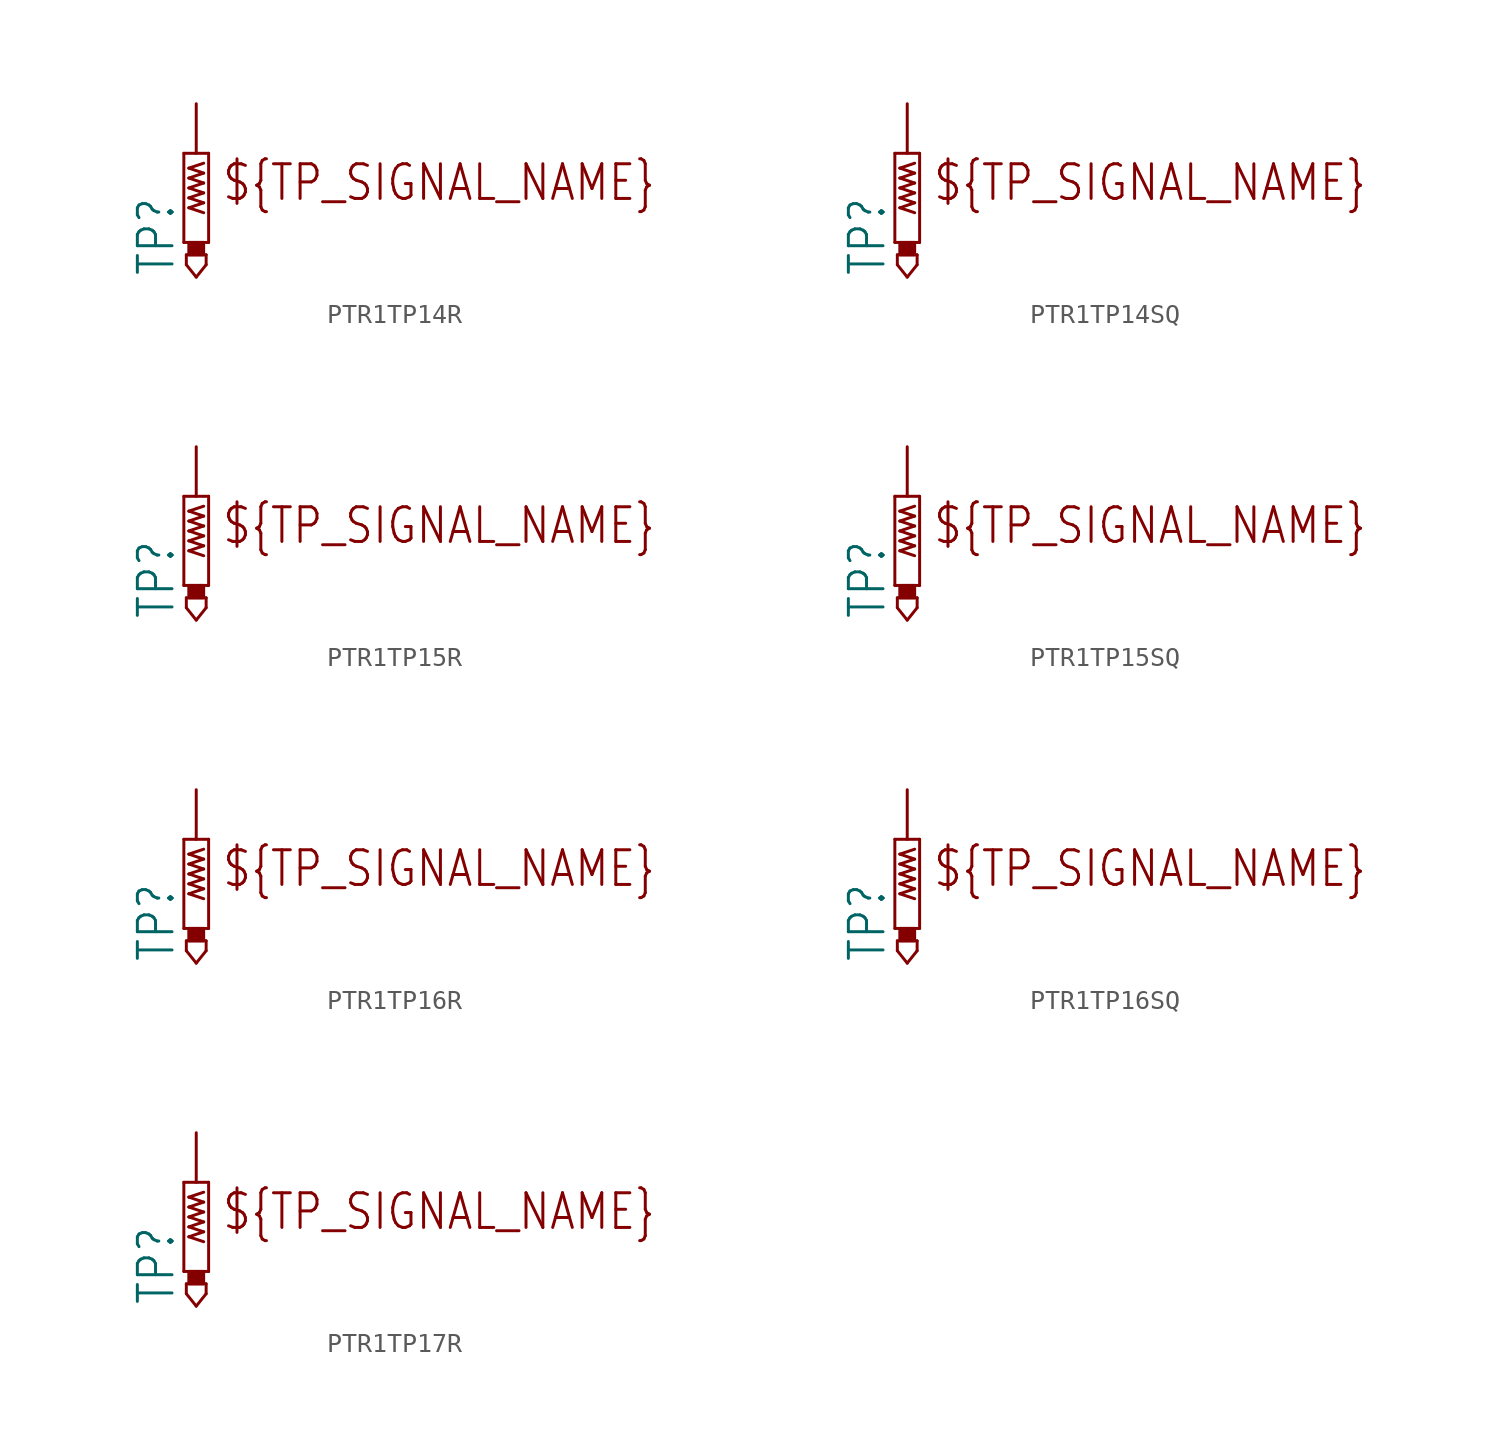
<source format=kicad_sym>
(kicad_symbol_lib
  (version 20241209)
  (generator "kicad_symbol_editor")
  (generator_version "9.0")
  (symbol "PTR1TP14R"
    (property "Reference" "TP"
      (at -1.016 -6.35 90)
      (effects (font (size 1.778 1.511)) (justify left bottom)))
    (property "ki_locked" ""
      (at 0 0 0)
      (effects (font (size 1.27 1.27))))
    (symbol "PTR1TP14R_1_0"
      (polyline (pts (xy -0.635 0) (xy -0.635 -4.572)) (stroke (width 0.152) (type solid)) (fill (type none)))
      (polyline (pts (xy -0.508 -5.207) (xy -0.508 -5.715)) (stroke (width 0.152) (type solid)) (fill (type none)))
      (polyline (pts (xy -0.508 -5.715) (xy 0 -6.35)) (stroke (width 0.152) (type solid)) (fill (type none)))
      (polyline (pts (xy -0.381 -0.762) (xy 0.381 -0.508)) (stroke (width 0.152) (type solid)) (fill (type none)))
      (polyline (pts (xy -0.381 -1.27) (xy 0.381 -1.016)) (stroke (width 0.152) (type solid)) (fill (type none)))
      (polyline (pts (xy -0.381 -1.778) (xy 0.381 -1.524)) (stroke (width 0.152) (type solid)) (fill (type none)))
      (polyline (pts (xy -0.381 -2.286) (xy 0.381 -2.032)) (stroke (width 0.152) (type solid)) (fill (type none)))
      (polyline (pts (xy -0.381 -2.794) (xy 0.381 -2.54)) (stroke (width 0.152) (type solid)) (fill (type none)))
      (rectangle (start -0.381 -5.207) (end 0.381 -4.572) (stroke (width 0) (type default)) (fill (type outline)))
      (polyline (pts (xy 0 -6.35) (xy 0.508 -5.715)) (stroke (width 0.152) (type solid)) (fill (type none)))
      (polyline (pts (xy 0.381 -1.016) (xy -0.381 -0.762)) (stroke (width 0.152) (type solid)) (fill (type none)))
      (polyline (pts (xy 0.381 -1.524) (xy -0.381 -1.27)) (stroke (width 0.152) (type solid)) (fill (type none)))
      (polyline (pts (xy 0.381 -2.032) (xy -0.381 -1.778)) (stroke (width 0.152) (type solid)) (fill (type none)))
      (polyline (pts (xy 0.381 -2.54) (xy -0.381 -2.286)) (stroke (width 0.152) (type solid)) (fill (type none)))
      (polyline (pts (xy 0.381 -3.048) (xy -0.381 -2.794)) (stroke (width 0.152) (type solid)) (fill (type none)))
      (polyline (pts (xy 0.508 -5.207) (xy -0.508 -5.207)) (stroke (width 0.152) (type solid)) (fill (type none)))
      (polyline (pts (xy 0.508 -5.715) (xy 0.508 -5.207)) (stroke (width 0.152) (type solid)) (fill (type none)))
      (polyline (pts (xy 0.635 0) (xy -0.635 0)) (stroke (width 0.152) (type solid)) (fill (type none)))
      (polyline (pts (xy 0.635 -4.572) (xy -0.635 -4.572)) (stroke (width 0.152) (type solid)) (fill (type none)))
      (polyline (pts (xy 0.635 -4.572) (xy 0.635 0)) (stroke (width 0.152) (type solid)) (fill (type none)))
      (text "${TP_SIGNAL_NAME}" (at 1.27 -2.54 0) (effects (font (size 1.778 1.511)) (justify left bottom)))
      (pin input line (at 0 2.54 270) (length 2.54) (name "TP" (effects (font (size 0 0)))) (number "TP" (effects (font (size 0 0)))))))
  (symbol "PTR1TP14SQ"
    (property "Reference" "TP"
      (at -1.016 -6.35 90)
      (effects (font (size 1.778 1.511)) (justify left bottom)))
    (property "ki_locked" ""
      (at 0 0 0)
      (effects (font (size 1.27 1.27))))
    (symbol "PTR1TP14SQ_1_0"
      (polyline (pts (xy -0.635 0) (xy -0.635 -4.572)) (stroke (width 0.152) (type solid)) (fill (type none)))
      (polyline (pts (xy -0.508 -5.207) (xy -0.508 -5.715)) (stroke (width 0.152) (type solid)) (fill (type none)))
      (polyline (pts (xy -0.508 -5.715) (xy 0 -6.35)) (stroke (width 0.152) (type solid)) (fill (type none)))
      (polyline (pts (xy -0.381 -0.762) (xy 0.381 -0.508)) (stroke (width 0.152) (type solid)) (fill (type none)))
      (polyline (pts (xy -0.381 -1.27) (xy 0.381 -1.016)) (stroke (width 0.152) (type solid)) (fill (type none)))
      (polyline (pts (xy -0.381 -1.778) (xy 0.381 -1.524)) (stroke (width 0.152) (type solid)) (fill (type none)))
      (polyline (pts (xy -0.381 -2.286) (xy 0.381 -2.032)) (stroke (width 0.152) (type solid)) (fill (type none)))
      (polyline (pts (xy -0.381 -2.794) (xy 0.381 -2.54)) (stroke (width 0.152) (type solid)) (fill (type none)))
      (rectangle (start -0.381 -5.207) (end 0.381 -4.572) (stroke (width 0) (type default)) (fill (type outline)))
      (polyline (pts (xy 0 -6.35) (xy 0.508 -5.715)) (stroke (width 0.152) (type solid)) (fill (type none)))
      (polyline (pts (xy 0.381 -1.016) (xy -0.381 -0.762)) (stroke (width 0.152) (type solid)) (fill (type none)))
      (polyline (pts (xy 0.381 -1.524) (xy -0.381 -1.27)) (stroke (width 0.152) (type solid)) (fill (type none)))
      (polyline (pts (xy 0.381 -2.032) (xy -0.381 -1.778)) (stroke (width 0.152) (type solid)) (fill (type none)))
      (polyline (pts (xy 0.381 -2.54) (xy -0.381 -2.286)) (stroke (width 0.152) (type solid)) (fill (type none)))
      (polyline (pts (xy 0.381 -3.048) (xy -0.381 -2.794)) (stroke (width 0.152) (type solid)) (fill (type none)))
      (polyline (pts (xy 0.508 -5.207) (xy -0.508 -5.207)) (stroke (width 0.152) (type solid)) (fill (type none)))
      (polyline (pts (xy 0.508 -5.715) (xy 0.508 -5.207)) (stroke (width 0.152) (type solid)) (fill (type none)))
      (polyline (pts (xy 0.635 0) (xy -0.635 0)) (stroke (width 0.152) (type solid)) (fill (type none)))
      (polyline (pts (xy 0.635 -4.572) (xy -0.635 -4.572)) (stroke (width 0.152) (type solid)) (fill (type none)))
      (polyline (pts (xy 0.635 -4.572) (xy 0.635 0)) (stroke (width 0.152) (type solid)) (fill (type none)))
      (text "${TP_SIGNAL_NAME}" (at 1.27 -2.54 0) (effects (font (size 1.778 1.511)) (justify left bottom)))
      (pin input line (at 0 2.54 270) (length 2.54) (name "TP" (effects (font (size 0 0)))) (number "TP" (effects (font (size 0 0)))))))
  (symbol "PTR1TP15R"
    (property "Reference" "TP"
      (at -1.016 -6.35 90)
      (effects (font (size 1.778 1.511)) (justify left bottom)))
    (property "ki_locked" ""
      (at 0 0 0)
      (effects (font (size 1.27 1.27))))
    (symbol "PTR1TP15R_1_0"
      (polyline (pts (xy -0.635 0) (xy -0.635 -4.572)) (stroke (width 0.152) (type solid)) (fill (type none)))
      (polyline (pts (xy -0.508 -5.207) (xy -0.508 -5.715)) (stroke (width 0.152) (type solid)) (fill (type none)))
      (polyline (pts (xy -0.508 -5.715) (xy 0 -6.35)) (stroke (width 0.152) (type solid)) (fill (type none)))
      (polyline (pts (xy -0.381 -0.762) (xy 0.381 -0.508)) (stroke (width 0.152) (type solid)) (fill (type none)))
      (polyline (pts (xy -0.381 -1.27) (xy 0.381 -1.016)) (stroke (width 0.152) (type solid)) (fill (type none)))
      (polyline (pts (xy -0.381 -1.778) (xy 0.381 -1.524)) (stroke (width 0.152) (type solid)) (fill (type none)))
      (polyline (pts (xy -0.381 -2.286) (xy 0.381 -2.032)) (stroke (width 0.152) (type solid)) (fill (type none)))
      (polyline (pts (xy -0.381 -2.794) (xy 0.381 -2.54)) (stroke (width 0.152) (type solid)) (fill (type none)))
      (rectangle (start -0.381 -5.207) (end 0.381 -4.572) (stroke (width 0) (type default)) (fill (type outline)))
      (polyline (pts (xy 0 -6.35) (xy 0.508 -5.715)) (stroke (width 0.152) (type solid)) (fill (type none)))
      (polyline (pts (xy 0.381 -1.016) (xy -0.381 -0.762)) (stroke (width 0.152) (type solid)) (fill (type none)))
      (polyline (pts (xy 0.381 -1.524) (xy -0.381 -1.27)) (stroke (width 0.152) (type solid)) (fill (type none)))
      (polyline (pts (xy 0.381 -2.032) (xy -0.381 -1.778)) (stroke (width 0.152) (type solid)) (fill (type none)))
      (polyline (pts (xy 0.381 -2.54) (xy -0.381 -2.286)) (stroke (width 0.152) (type solid)) (fill (type none)))
      (polyline (pts (xy 0.381 -3.048) (xy -0.381 -2.794)) (stroke (width 0.152) (type solid)) (fill (type none)))
      (polyline (pts (xy 0.508 -5.207) (xy -0.508 -5.207)) (stroke (width 0.152) (type solid)) (fill (type none)))
      (polyline (pts (xy 0.508 -5.715) (xy 0.508 -5.207)) (stroke (width 0.152) (type solid)) (fill (type none)))
      (polyline (pts (xy 0.635 0) (xy -0.635 0)) (stroke (width 0.152) (type solid)) (fill (type none)))
      (polyline (pts (xy 0.635 -4.572) (xy -0.635 -4.572)) (stroke (width 0.152) (type solid)) (fill (type none)))
      (polyline (pts (xy 0.635 -4.572) (xy 0.635 0)) (stroke (width 0.152) (type solid)) (fill (type none)))
      (text "${TP_SIGNAL_NAME}" (at 1.27 -2.54 0) (effects (font (size 1.778 1.511)) (justify left bottom)))
      (pin input line (at 0 2.54 270) (length 2.54) (name "TP" (effects (font (size 0 0)))) (number "TP" (effects (font (size 0 0)))))))
  (symbol "PTR1TP15SQ"
    (property "Reference" "TP"
      (at -1.016 -6.35 90)
      (effects (font (size 1.778 1.511)) (justify left bottom)))
    (property "ki_locked" ""
      (at 0 0 0)
      (effects (font (size 1.27 1.27))))
    (symbol "PTR1TP15SQ_1_0"
      (polyline (pts (xy -0.635 0) (xy -0.635 -4.572)) (stroke (width 0.152) (type solid)) (fill (type none)))
      (polyline (pts (xy -0.508 -5.207) (xy -0.508 -5.715)) (stroke (width 0.152) (type solid)) (fill (type none)))
      (polyline (pts (xy -0.508 -5.715) (xy 0 -6.35)) (stroke (width 0.152) (type solid)) (fill (type none)))
      (polyline (pts (xy -0.381 -0.762) (xy 0.381 -0.508)) (stroke (width 0.152) (type solid)) (fill (type none)))
      (polyline (pts (xy -0.381 -1.27) (xy 0.381 -1.016)) (stroke (width 0.152) (type solid)) (fill (type none)))
      (polyline (pts (xy -0.381 -1.778) (xy 0.381 -1.524)) (stroke (width 0.152) (type solid)) (fill (type none)))
      (polyline (pts (xy -0.381 -2.286) (xy 0.381 -2.032)) (stroke (width 0.152) (type solid)) (fill (type none)))
      (polyline (pts (xy -0.381 -2.794) (xy 0.381 -2.54)) (stroke (width 0.152) (type solid)) (fill (type none)))
      (rectangle (start -0.381 -5.207) (end 0.381 -4.572) (stroke (width 0) (type default)) (fill (type outline)))
      (polyline (pts (xy 0 -6.35) (xy 0.508 -5.715)) (stroke (width 0.152) (type solid)) (fill (type none)))
      (polyline (pts (xy 0.381 -1.016) (xy -0.381 -0.762)) (stroke (width 0.152) (type solid)) (fill (type none)))
      (polyline (pts (xy 0.381 -1.524) (xy -0.381 -1.27)) (stroke (width 0.152) (type solid)) (fill (type none)))
      (polyline (pts (xy 0.381 -2.032) (xy -0.381 -1.778)) (stroke (width 0.152) (type solid)) (fill (type none)))
      (polyline (pts (xy 0.381 -2.54) (xy -0.381 -2.286)) (stroke (width 0.152) (type solid)) (fill (type none)))
      (polyline (pts (xy 0.381 -3.048) (xy -0.381 -2.794)) (stroke (width 0.152) (type solid)) (fill (type none)))
      (polyline (pts (xy 0.508 -5.207) (xy -0.508 -5.207)) (stroke (width 0.152) (type solid)) (fill (type none)))
      (polyline (pts (xy 0.508 -5.715) (xy 0.508 -5.207)) (stroke (width 0.152) (type solid)) (fill (type none)))
      (polyline (pts (xy 0.635 0) (xy -0.635 0)) (stroke (width 0.152) (type solid)) (fill (type none)))
      (polyline (pts (xy 0.635 -4.572) (xy -0.635 -4.572)) (stroke (width 0.152) (type solid)) (fill (type none)))
      (polyline (pts (xy 0.635 -4.572) (xy 0.635 0)) (stroke (width 0.152) (type solid)) (fill (type none)))
      (text "${TP_SIGNAL_NAME}" (at 1.27 -2.54 0) (effects (font (size 1.778 1.511)) (justify left bottom)))
      (pin input line (at 0 2.54 270) (length 2.54) (name "TP" (effects (font (size 0 0)))) (number "TP" (effects (font (size 0 0)))))))
  (symbol "PTR1TP16R"
    (property "Reference" "TP"
      (at -1.016 -6.35 90)
      (effects (font (size 1.778 1.511)) (justify left bottom)))
    (property "ki_locked" ""
      (at 0 0 0)
      (effects (font (size 1.27 1.27))))
    (symbol "PTR1TP16R_1_0"
      (polyline (pts (xy -0.635 0) (xy -0.635 -4.572)) (stroke (width 0.152) (type solid)) (fill (type none)))
      (polyline (pts (xy -0.508 -5.207) (xy -0.508 -5.715)) (stroke (width 0.152) (type solid)) (fill (type none)))
      (polyline (pts (xy -0.508 -5.715) (xy 0 -6.35)) (stroke (width 0.152) (type solid)) (fill (type none)))
      (polyline (pts (xy -0.381 -0.762) (xy 0.381 -0.508)) (stroke (width 0.152) (type solid)) (fill (type none)))
      (polyline (pts (xy -0.381 -1.27) (xy 0.381 -1.016)) (stroke (width 0.152) (type solid)) (fill (type none)))
      (polyline (pts (xy -0.381 -1.778) (xy 0.381 -1.524)) (stroke (width 0.152) (type solid)) (fill (type none)))
      (polyline (pts (xy -0.381 -2.286) (xy 0.381 -2.032)) (stroke (width 0.152) (type solid)) (fill (type none)))
      (polyline (pts (xy -0.381 -2.794) (xy 0.381 -2.54)) (stroke (width 0.152) (type solid)) (fill (type none)))
      (rectangle (start -0.381 -5.207) (end 0.381 -4.572) (stroke (width 0) (type default)) (fill (type outline)))
      (polyline (pts (xy 0 -6.35) (xy 0.508 -5.715)) (stroke (width 0.152) (type solid)) (fill (type none)))
      (polyline (pts (xy 0.381 -1.016) (xy -0.381 -0.762)) (stroke (width 0.152) (type solid)) (fill (type none)))
      (polyline (pts (xy 0.381 -1.524) (xy -0.381 -1.27)) (stroke (width 0.152) (type solid)) (fill (type none)))
      (polyline (pts (xy 0.381 -2.032) (xy -0.381 -1.778)) (stroke (width 0.152) (type solid)) (fill (type none)))
      (polyline (pts (xy 0.381 -2.54) (xy -0.381 -2.286)) (stroke (width 0.152) (type solid)) (fill (type none)))
      (polyline (pts (xy 0.381 -3.048) (xy -0.381 -2.794)) (stroke (width 0.152) (type solid)) (fill (type none)))
      (polyline (pts (xy 0.508 -5.207) (xy -0.508 -5.207)) (stroke (width 0.152) (type solid)) (fill (type none)))
      (polyline (pts (xy 0.508 -5.715) (xy 0.508 -5.207)) (stroke (width 0.152) (type solid)) (fill (type none)))
      (polyline (pts (xy 0.635 0) (xy -0.635 0)) (stroke (width 0.152) (type solid)) (fill (type none)))
      (polyline (pts (xy 0.635 -4.572) (xy -0.635 -4.572)) (stroke (width 0.152) (type solid)) (fill (type none)))
      (polyline (pts (xy 0.635 -4.572) (xy 0.635 0)) (stroke (width 0.152) (type solid)) (fill (type none)))
      (text "${TP_SIGNAL_NAME}" (at 1.27 -2.54 0) (effects (font (size 1.778 1.511)) (justify left bottom)))
      (pin input line (at 0 2.54 270) (length 2.54) (name "TP" (effects (font (size 0 0)))) (number "TP" (effects (font (size 0 0)))))))
  (symbol "PTR1TP16SQ"
    (property "Reference" "TP"
      (at -1.016 -6.35 90)
      (effects (font (size 1.778 1.511)) (justify left bottom)))
    (property "ki_locked" ""
      (at 0 0 0)
      (effects (font (size 1.27 1.27))))
    (symbol "PTR1TP16SQ_1_0"
      (polyline (pts (xy -0.635 0) (xy -0.635 -4.572)) (stroke (width 0.152) (type solid)) (fill (type none)))
      (polyline (pts (xy -0.508 -5.207) (xy -0.508 -5.715)) (stroke (width 0.152) (type solid)) (fill (type none)))
      (polyline (pts (xy -0.508 -5.715) (xy 0 -6.35)) (stroke (width 0.152) (type solid)) (fill (type none)))
      (polyline (pts (xy -0.381 -0.762) (xy 0.381 -0.508)) (stroke (width 0.152) (type solid)) (fill (type none)))
      (polyline (pts (xy -0.381 -1.27) (xy 0.381 -1.016)) (stroke (width 0.152) (type solid)) (fill (type none)))
      (polyline (pts (xy -0.381 -1.778) (xy 0.381 -1.524)) (stroke (width 0.152) (type solid)) (fill (type none)))
      (polyline (pts (xy -0.381 -2.286) (xy 0.381 -2.032)) (stroke (width 0.152) (type solid)) (fill (type none)))
      (polyline (pts (xy -0.381 -2.794) (xy 0.381 -2.54)) (stroke (width 0.152) (type solid)) (fill (type none)))
      (rectangle (start -0.381 -5.207) (end 0.381 -4.572) (stroke (width 0) (type default)) (fill (type outline)))
      (polyline (pts (xy 0 -6.35) (xy 0.508 -5.715)) (stroke (width 0.152) (type solid)) (fill (type none)))
      (polyline (pts (xy 0.381 -1.016) (xy -0.381 -0.762)) (stroke (width 0.152) (type solid)) (fill (type none)))
      (polyline (pts (xy 0.381 -1.524) (xy -0.381 -1.27)) (stroke (width 0.152) (type solid)) (fill (type none)))
      (polyline (pts (xy 0.381 -2.032) (xy -0.381 -1.778)) (stroke (width 0.152) (type solid)) (fill (type none)))
      (polyline (pts (xy 0.381 -2.54) (xy -0.381 -2.286)) (stroke (width 0.152) (type solid)) (fill (type none)))
      (polyline (pts (xy 0.381 -3.048) (xy -0.381 -2.794)) (stroke (width 0.152) (type solid)) (fill (type none)))
      (polyline (pts (xy 0.508 -5.207) (xy -0.508 -5.207)) (stroke (width 0.152) (type solid)) (fill (type none)))
      (polyline (pts (xy 0.508 -5.715) (xy 0.508 -5.207)) (stroke (width 0.152) (type solid)) (fill (type none)))
      (polyline (pts (xy 0.635 0) (xy -0.635 0)) (stroke (width 0.152) (type solid)) (fill (type none)))
      (polyline (pts (xy 0.635 -4.572) (xy -0.635 -4.572)) (stroke (width 0.152) (type solid)) (fill (type none)))
      (polyline (pts (xy 0.635 -4.572) (xy 0.635 0)) (stroke (width 0.152) (type solid)) (fill (type none)))
      (text "${TP_SIGNAL_NAME}" (at 1.27 -2.54 0) (effects (font (size 1.778 1.511)) (justify left bottom)))
      (pin input line (at 0 2.54 270) (length 2.54) (name "TP" (effects (font (size 0 0)))) (number "TP" (effects (font (size 0 0)))))))
  (symbol "PTR1TP17R"
    (property "Reference" "TP"
      (at -1.016 -6.35 90)
      (effects (font (size 1.778 1.511)) (justify left bottom)))
    (property "ki_locked" ""
      (at 0 0 0)
      (effects (font (size 1.27 1.27))))
    (symbol "PTR1TP17R_1_0"
      (polyline (pts (xy -0.635 0) (xy -0.635 -4.572)) (stroke (width 0.152) (type solid)) (fill (type none)))
      (polyline (pts (xy -0.508 -5.207) (xy -0.508 -5.715)) (stroke (width 0.152) (type solid)) (fill (type none)))
      (polyline (pts (xy -0.508 -5.715) (xy 0 -6.35)) (stroke (width 0.152) (type solid)) (fill (type none)))
      (polyline (pts (xy -0.381 -0.762) (xy 0.381 -0.508)) (stroke (width 0.152) (type solid)) (fill (type none)))
      (polyline (pts (xy -0.381 -1.27) (xy 0.381 -1.016)) (stroke (width 0.152) (type solid)) (fill (type none)))
      (polyline (pts (xy -0.381 -1.778) (xy 0.381 -1.524)) (stroke (width 0.152) (type solid)) (fill (type none)))
      (polyline (pts (xy -0.381 -2.286) (xy 0.381 -2.032)) (stroke (width 0.152) (type solid)) (fill (type none)))
      (polyline (pts (xy -0.381 -2.794) (xy 0.381 -2.54)) (stroke (width 0.152) (type solid)) (fill (type none)))
      (rectangle (start -0.381 -5.207) (end 0.381 -4.572) (stroke (width 0) (type default)) (fill (type outline)))
      (polyline (pts (xy 0 -6.35) (xy 0.508 -5.715)) (stroke (width 0.152) (type solid)) (fill (type none)))
      (polyline (pts (xy 0.381 -1.016) (xy -0.381 -0.762)) (stroke (width 0.152) (type solid)) (fill (type none)))
      (polyline (pts (xy 0.381 -1.524) (xy -0.381 -1.27)) (stroke (width 0.152) (type solid)) (fill (type none)))
      (polyline (pts (xy 0.381 -2.032) (xy -0.381 -1.778)) (stroke (width 0.152) (type solid)) (fill (type none)))
      (polyline (pts (xy 0.381 -2.54) (xy -0.381 -2.286)) (stroke (width 0.152) (type solid)) (fill (type none)))
      (polyline (pts (xy 0.381 -3.048) (xy -0.381 -2.794)) (stroke (width 0.152) (type solid)) (fill (type none)))
      (polyline (pts (xy 0.508 -5.207) (xy -0.508 -5.207)) (stroke (width 0.152) (type solid)) (fill (type none)))
      (polyline (pts (xy 0.508 -5.715) (xy 0.508 -5.207)) (stroke (width 0.152) (type solid)) (fill (type none)))
      (polyline (pts (xy 0.635 0) (xy -0.635 0)) (stroke (width 0.152) (type solid)) (fill (type none)))
      (polyline (pts (xy 0.635 -4.572) (xy -0.635 -4.572)) (stroke (width 0.152) (type solid)) (fill (type none)))
      (polyline (pts (xy 0.635 -4.572) (xy 0.635 0)) (stroke (width 0.152) (type solid)) (fill (type none)))
      (text "${TP_SIGNAL_NAME}" (at 1.27 -2.54 0) (effects (font (size 1.778 1.511)) (justify left bottom)))
      (pin input line (at 0 2.54 270) (length 2.54) (name "TP" (effects (font (size 0 0)))) (number "TP" (effects (font (size 0 0))))))))
</source>
